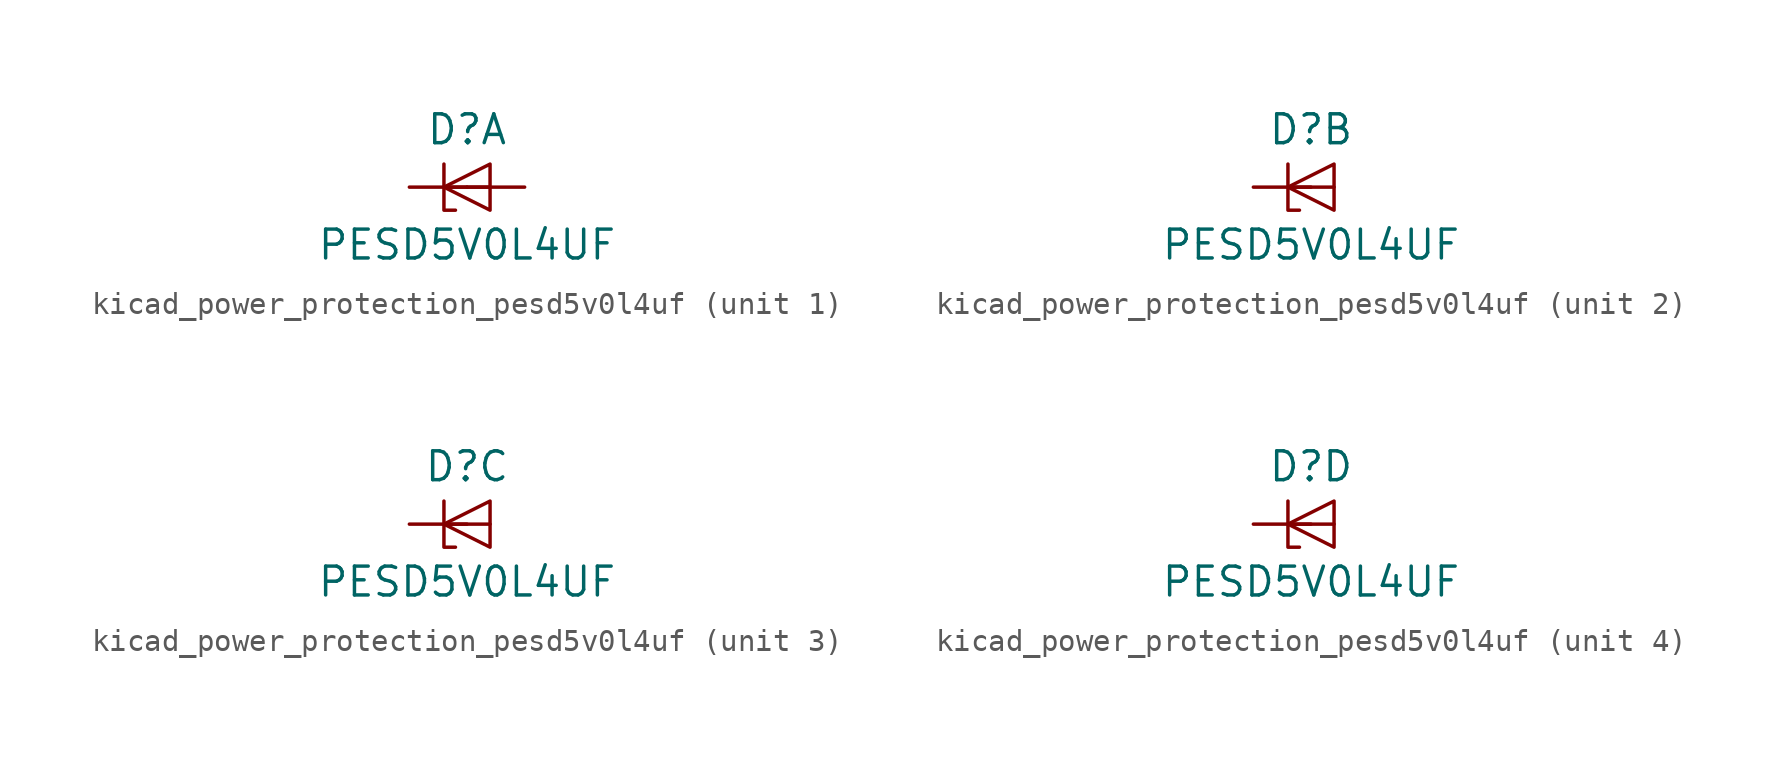
<source format=kicad_sym>
(kicad_symbol_lib
  (version 20220914)
  (generator kicad_symbol_editor)
  (symbol "kicad_power_protection_pesd5v0l4uf"
    (pin_numbers hide)
    (pin_names hide)
    (property "Reference" "D"
      (at 0 2.54 0)
      (effects (font (size 1.27 1.27))))
    (property "Value" "PESD5V0L4UF"
      (at 0 -2.54 0)
      (effects (font (size 1.27 1.27))))
    (property "ki_locked" ""
      (at 0 0 0)
      (effects (font (size 1.27 1.27))))
    (symbol "kicad_power_protection_pesd5v0l4uf_0_1"
      (polyline (pts (xy -1.016 0) (xy 1.016 0)) (stroke (width 0) (type default)) (fill (type none)))
      (polyline (pts (xy -1.016 1.016) (xy -1.016 -1.016) (xy -0.508 -1.016)) (stroke (width 0) (type default)) (fill (type none)))
      (polyline (pts (xy 1.016 1.016) (xy -1.016 0) (xy 1.016 -1.016) (xy 1.016 1.016)) (stroke (width 0) (type default)) (fill (type none))))
    (symbol "kicad_power_protection_pesd5v0l4uf_1_1"
      (pin passive line (at -2.54 0 0) (length 2.54) (name "K1" (effects (font (size 1.27 1.27)))) (number "1" (effects (font (size 1.27 1.27)))))
      (pin passive line (at 2.54 0 180) (length 2.54) (name "A" (effects (font (size 1.27 1.27)))) (number "2" (effects (font (size 1.27 1.27)))))
      (pin passive line (at 2.54 0 180) (length 2.54) hide (name "A" (effects (font (size 1.27 1.27)))) (number "5" (effects (font (size 1.27 1.27))))))
    (symbol "kicad_power_protection_pesd5v0l4uf_2_1"
      (pin passive line (at -2.54 0 0) (length 2.54) (name "K2" (effects (font (size 1.27 1.27)))) (number "3" (effects (font (size 1.27 1.27))))))
    (symbol "kicad_power_protection_pesd5v0l4uf_3_1"
      (pin passive line (at -2.54 0 0) (length 2.54) (name "K3" (effects (font (size 1.27 1.27)))) (number "4" (effects (font (size 1.27 1.27))))))
    (symbol "kicad_power_protection_pesd5v0l4uf_4_1"
      (pin passive line (at -2.54 0 0) (length 2.54) (name "K4" (effects (font (size 1.27 1.27)))) (number "6" (effects (font (size 1.27 1.27))))))))
</source>
